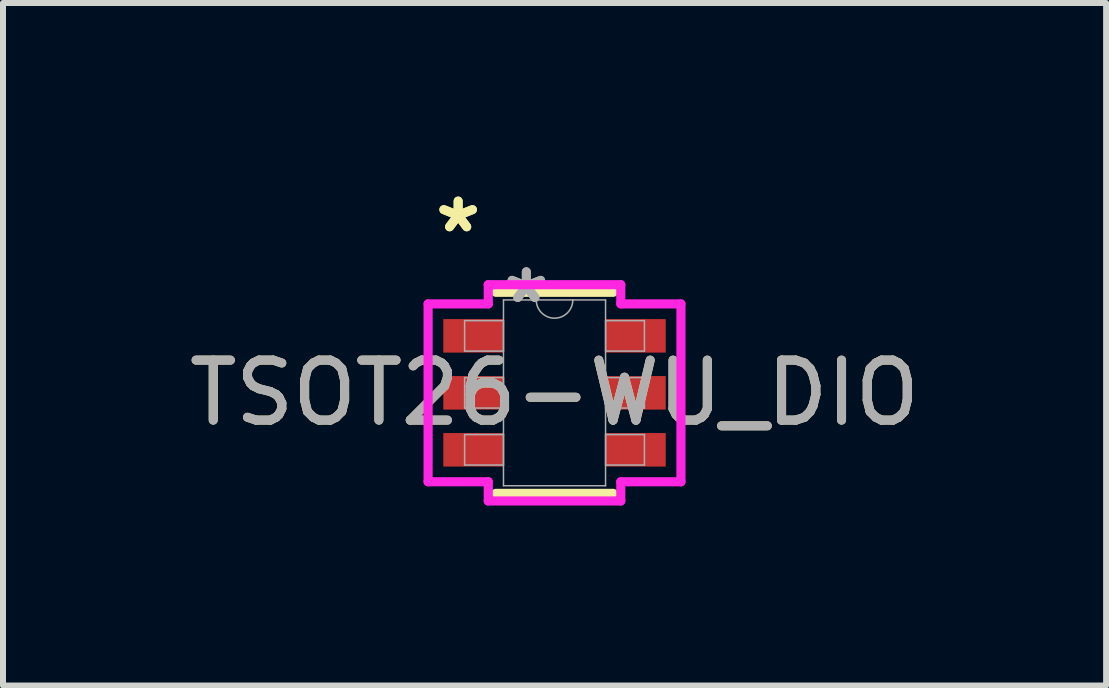
<source format=kicad_pcb>
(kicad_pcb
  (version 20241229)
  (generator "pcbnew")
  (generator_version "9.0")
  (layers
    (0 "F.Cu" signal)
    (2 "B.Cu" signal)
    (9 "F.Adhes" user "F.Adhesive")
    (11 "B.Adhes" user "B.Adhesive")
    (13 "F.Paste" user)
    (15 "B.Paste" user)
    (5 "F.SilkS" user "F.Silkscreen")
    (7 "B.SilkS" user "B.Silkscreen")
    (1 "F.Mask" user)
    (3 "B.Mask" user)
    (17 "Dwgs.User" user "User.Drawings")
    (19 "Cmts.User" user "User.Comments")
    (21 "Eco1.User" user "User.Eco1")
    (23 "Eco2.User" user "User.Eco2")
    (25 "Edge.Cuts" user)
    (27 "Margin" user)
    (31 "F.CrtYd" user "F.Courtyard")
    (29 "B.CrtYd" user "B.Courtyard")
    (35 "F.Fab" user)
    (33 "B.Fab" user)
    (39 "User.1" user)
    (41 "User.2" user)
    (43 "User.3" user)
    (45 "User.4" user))
  (footprint "TSOT26-WU_DIO"
    (layer "F.Cu")
    (at 6.196 3.5)
    (property "Reference" "TSOT26-WU_DIO" (at 0 0 0) (unlocked yes) (layer "F.SilkS") (effects (font (size 1 1) (thickness 0.15))))
    (attr smd)
    (fp_line (start -0.978 1.676) (end 0.978 1.676) (stroke (width 0.152) (type solid)) (layer "F.SilkS"))
    (fp_line (start 0.978 -1.676) (end -0.978 -1.676) (stroke (width 0.152) (type solid)) (layer "F.SilkS"))
    (fp_line (start -2.108 -1.483) (end -1.105 -1.483) (stroke (width 0.152) (type solid)) (layer "F.CrtYd"))
    (fp_line (start -2.108 1.483) (end -2.108 -1.483) (stroke (width 0.152) (type solid)) (layer "F.CrtYd"))
    (fp_line (start -2.108 1.483) (end -1.105 1.483) (stroke (width 0.152) (type solid)) (layer "F.CrtYd"))
    (fp_line (start -1.105 -1.803) (end 1.105 -1.803) (stroke (width 0.152) (type solid)) (layer "F.CrtYd"))
    (fp_line (start -1.105 -1.483) (end -1.105 -1.803) (stroke (width 0.152) (type solid)) (layer "F.CrtYd"))
    (fp_line (start -1.105 1.803) (end -1.105 1.483) (stroke (width 0.152) (type solid)) (layer "F.CrtYd"))
    (fp_line (start 1.105 -1.803) (end 1.105 -1.483) (stroke (width 0.152) (type solid)) (layer "F.CrtYd"))
    (fp_line (start 1.105 1.483) (end 1.105 1.803) (stroke (width 0.152) (type solid)) (layer "F.CrtYd"))
    (fp_line (start 1.105 1.803) (end -1.105 1.803) (stroke (width 0.152) (type solid)) (layer "F.CrtYd"))
    (fp_line (start 2.108 -1.483) (end 1.105 -1.483) (stroke (width 0.152) (type solid)) (layer "F.CrtYd"))
    (fp_line (start 2.108 -1.483) (end 2.108 1.483) (stroke (width 0.152) (type solid)) (layer "F.CrtYd"))
    (fp_line (start 2.108 1.483) (end 1.105 1.483) (stroke (width 0.152) (type solid)) (layer "F.CrtYd"))
    (fp_line (start -1.499 -1.204) (end -1.499 -0.696) (stroke (width 0.025) (type solid)) (layer "F.Fab"))
    (fp_line (start -1.499 -0.696) (end -0.851 -0.696) (stroke (width 0.025) (type solid)) (layer "F.Fab"))
    (fp_line (start -1.499 -0.254) (end -1.499 0.254) (stroke (width 0.025) (type solid)) (layer "F.Fab"))
    (fp_line (start -1.499 0.254) (end -0.851 0.254) (stroke (width 0.025) (type solid)) (layer "F.Fab"))
    (fp_line (start -1.499 0.696) (end -1.499 1.204) (stroke (width 0.025) (type solid)) (layer "F.Fab"))
    (fp_line (start -1.499 1.204) (end -0.851 1.204) (stroke (width 0.025) (type solid)) (layer "F.Fab"))
    (fp_line (start -0.851 -1.549) (end -0.851 1.549) (stroke (width 0.025) (type solid)) (layer "F.Fab"))
    (fp_line (start -0.851 -1.204) (end -1.499 -1.204) (stroke (width 0.025) (type solid)) (layer "F.Fab"))
    (fp_line (start -0.851 -0.696) (end -0.851 -1.204) (stroke (width 0.025) (type solid)) (layer "F.Fab"))
    (fp_line (start -0.851 -0.254) (end -1.499 -0.254) (stroke (width 0.025) (type solid)) (layer "F.Fab"))
    (fp_line (start -0.851 0.254) (end -0.851 -0.254) (stroke (width 0.025) (type solid)) (layer "F.Fab"))
    (fp_line (start -0.851 0.696) (end -1.499 0.696) (stroke (width 0.025) (type solid)) (layer "F.Fab"))
    (fp_line (start -0.851 1.204) (end -0.851 0.696) (stroke (width 0.025) (type solid)) (layer "F.Fab"))
    (fp_line (start -0.851 1.549) (end 0.851 1.549) (stroke (width 0.025) (type solid)) (layer "F.Fab"))
    (fp_line (start 0.851 -1.549) (end -0.851 -1.549) (stroke (width 0.025) (type solid)) (layer "F.Fab"))
    (fp_line (start 0.851 -1.204) (end 0.851 -0.696) (stroke (width 0.025) (type solid)) (layer "F.Fab"))
    (fp_line (start 0.851 -0.696) (end 1.499 -0.696) (stroke (width 0.025) (type solid)) (layer "F.Fab"))
    (fp_line (start 0.851 -0.254) (end 0.851 0.254) (stroke (width 0.025) (type solid)) (layer "F.Fab"))
    (fp_line (start 0.851 0.254) (end 1.499 0.254) (stroke (width 0.025) (type solid)) (layer "F.Fab"))
    (fp_line (start 0.851 0.696) (end 0.851 1.204) (stroke (width 0.025) (type solid)) (layer "F.Fab"))
    (fp_line (start 0.851 1.204) (end 1.499 1.204) (stroke (width 0.025) (type solid)) (layer "F.Fab"))
    (fp_line (start 0.851 1.549) (end 0.851 -1.549) (stroke (width 0.025) (type solid)) (layer "F.Fab"))
    (fp_line (start 1.499 -1.204) (end 0.851 -1.204) (stroke (width 0.025) (type solid)) (layer "F.Fab"))
    (fp_line (start 1.499 -0.696) (end 1.499 -1.204) (stroke (width 0.025) (type solid)) (layer "F.Fab"))
    (fp_line (start 1.499 -0.254) (end 0.851 -0.254) (stroke (width 0.025) (type solid)) (layer "F.Fab"))
    (fp_line (start 1.499 0.254) (end 1.499 -0.254) (stroke (width 0.025) (type solid)) (layer "F.Fab"))
    (fp_line (start 1.499 0.696) (end 0.851 0.696) (stroke (width 0.025) (type solid)) (layer "F.Fab"))
    (fp_line (start 1.499 1.204) (end 1.499 0.696) (stroke (width 0.025) (type solid)) (layer "F.Fab"))
    (fp_arc (start 0.3048 -1.5494) (mid 0 -1.2446) (end -0.3048 -1.5494) (stroke (width 0.0254) (type solid)) (layer "F.Fab"))
    (fp_text user "*" (at -1.607 -2.652 0) (unlocked yes) (layer "F.SilkS") (effects (font (size 1 1) (thickness 0.15))))
    (fp_text user "*" (at -1.607 -2.652 0) (layer "F.SilkS") (effects (font (size 1 1) (thickness 0.15))))
    (fp_text user "${REFERENCE}" (at 0 0 0) (unlocked yes) (layer "F.Fab") (effects (font (size 1 1) (thickness 0.15))))
    (fp_text user "*" (at -0.47 -1.473 0) (layer "F.Fab") (effects (font (size 1 1) (thickness 0.15))))
    (fp_text user "*" (at -0.47 -1.473 0) (unlocked yes) (layer "F.Fab") (effects (font (size 1 1) (thickness 0.15))))
    (pad "1" smd rect (at -1.353 -0.95) (size 1.003 0.559) (layers "F.Cu" "F.Mask" "F.Paste"))
    (pad "2" smd rect (at -1.353 0) (size 1.003 0.559) (layers "F.Cu" "F.Mask" "F.Paste"))
    (pad "3" smd rect (at -1.353 0.95) (size 1.003 0.559) (layers "F.Cu" "F.Mask" "F.Paste"))
    (pad "4" smd rect (at 1.353 0.95) (size 1.003 0.559) (layers "F.Cu" "F.Mask" "F.Paste"))
    (pad "5" smd rect (at 1.353 0) (size 1.003 0.559) (layers "F.Cu" "F.Mask" "F.Paste"))
    (pad "6" smd rect (at 1.353 -0.95) (size 1.003 0.559) (layers "F.Cu" "F.Mask" "F.Paste")))
  (gr_rect
    (start -3 -3)
    (end 15.393 8.38)
    (stroke (width 0.1) (type default))
    (fill no)
    (layer "Edge.Cuts")))
</source>
